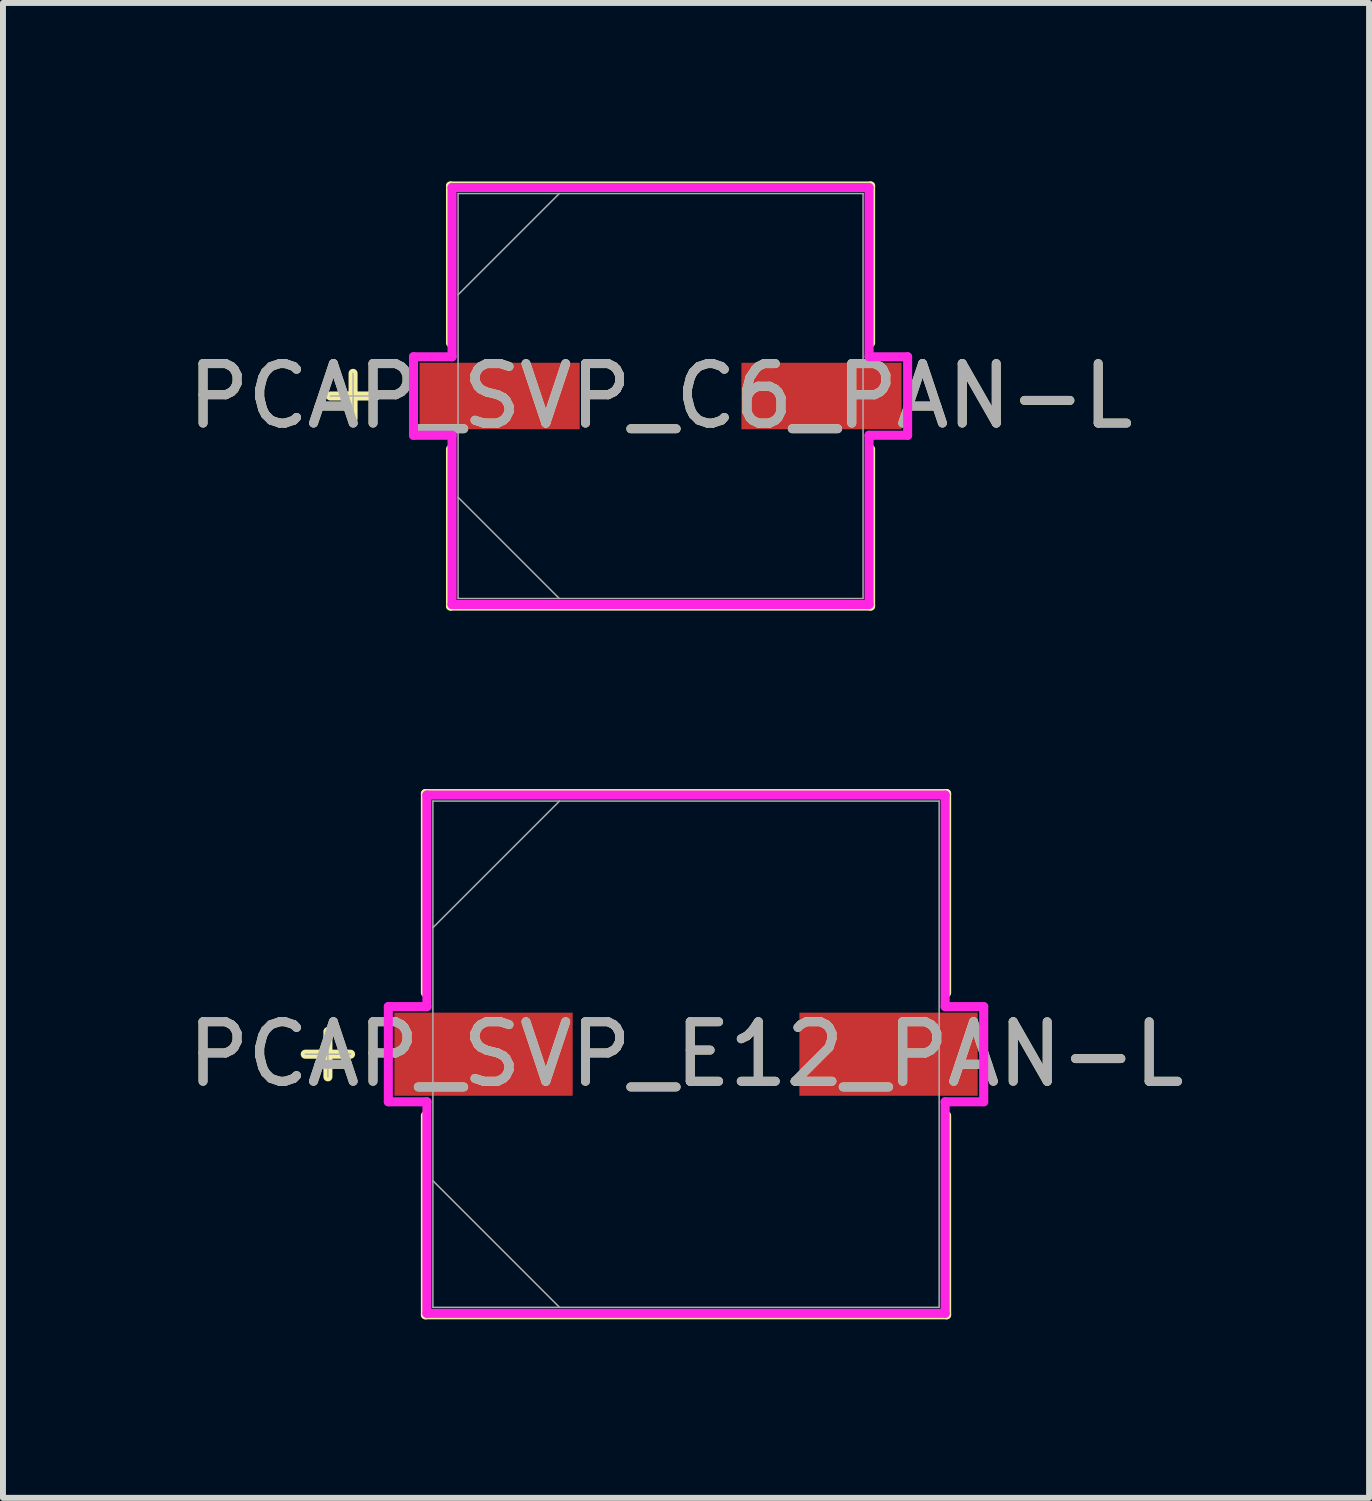
<source format=kicad_pcb>
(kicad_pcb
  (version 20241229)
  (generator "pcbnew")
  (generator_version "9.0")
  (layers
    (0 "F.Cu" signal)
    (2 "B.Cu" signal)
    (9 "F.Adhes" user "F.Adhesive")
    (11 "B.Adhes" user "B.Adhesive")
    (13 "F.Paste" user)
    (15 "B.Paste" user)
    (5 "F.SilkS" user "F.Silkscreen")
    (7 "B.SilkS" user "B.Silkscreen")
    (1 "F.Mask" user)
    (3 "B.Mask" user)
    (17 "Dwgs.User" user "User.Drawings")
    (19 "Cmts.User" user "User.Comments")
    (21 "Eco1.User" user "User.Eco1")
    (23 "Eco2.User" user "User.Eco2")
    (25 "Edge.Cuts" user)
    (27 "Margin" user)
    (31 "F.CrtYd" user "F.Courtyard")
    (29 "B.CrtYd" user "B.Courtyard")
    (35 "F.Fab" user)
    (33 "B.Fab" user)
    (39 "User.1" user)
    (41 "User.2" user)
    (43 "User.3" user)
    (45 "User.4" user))
  (footprint "PCAP_SVP_C6_PAN-L"
    (layer "F.Cu")
    (at 8.054 3.607)
    (property "Reference" "PCAP_SVP_C6_PAN-L" (at 0 0 0) (unlocked yes) (layer "F.SilkS") (effects (font (size 1 1) (thickness 0.15))))
    (attr smd)
    (fp_line (start -5.169 -0.381) (end -5.169 0.381) (stroke (width 0.152) (type solid)) (layer "F.SilkS"))
    (fp_line (start -4.788 0) (end -5.55 0) (stroke (width 0.152) (type solid)) (layer "F.SilkS"))
    (fp_line (start -3.531 -3.531) (end -3.531 -0.892) (stroke (width 0.152) (type solid)) (layer "F.SilkS"))
    (fp_line (start -3.531 0.892) (end -3.531 3.531) (stroke (width 0.152) (type solid)) (layer "F.SilkS"))
    (fp_line (start -3.531 3.531) (end 3.531 3.531) (stroke (width 0.152) (type solid)) (layer "F.SilkS"))
    (fp_line (start 3.531 -3.531) (end -3.531 -3.531) (stroke (width 0.152) (type solid)) (layer "F.SilkS"))
    (fp_line (start 3.531 -0.892) (end 3.531 -3.531) (stroke (width 0.152) (type solid)) (layer "F.SilkS"))
    (fp_line (start 3.531 3.531) (end 3.531 0.892) (stroke (width 0.152) (type solid)) (layer "F.SilkS"))
    (fp_line (start -4.153 -0.66) (end -3.505 -0.66) (stroke (width 0.152) (type solid)) (layer "F.CrtYd"))
    (fp_line (start -4.153 0.66) (end -4.153 -0.66) (stroke (width 0.152) (type solid)) (layer "F.CrtYd"))
    (fp_line (start -3.505 -3.505) (end 3.505 -3.505) (stroke (width 0.152) (type solid)) (layer "F.CrtYd"))
    (fp_line (start -3.505 -0.66) (end -3.505 -3.505) (stroke (width 0.152) (type solid)) (layer "F.CrtYd"))
    (fp_line (start -3.505 0.66) (end -4.153 0.66) (stroke (width 0.152) (type solid)) (layer "F.CrtYd"))
    (fp_line (start -3.505 3.505) (end -3.505 0.66) (stroke (width 0.152) (type solid)) (layer "F.CrtYd"))
    (fp_line (start 3.505 -3.505) (end 3.505 -0.66) (stroke (width 0.152) (type solid)) (layer "F.CrtYd"))
    (fp_line (start 3.505 -0.66) (end 4.153 -0.66) (stroke (width 0.152) (type solid)) (layer "F.CrtYd"))
    (fp_line (start 3.505 0.66) (end 3.505 3.505) (stroke (width 0.152) (type solid)) (layer "F.CrtYd"))
    (fp_line (start 3.505 3.505) (end -3.505 3.505) (stroke (width 0.152) (type solid)) (layer "F.CrtYd"))
    (fp_line (start 4.153 -0.66) (end 4.153 0.66) (stroke (width 0.152) (type solid)) (layer "F.CrtYd"))
    (fp_line (start 4.153 0.66) (end 3.505 0.66) (stroke (width 0.152) (type solid)) (layer "F.CrtYd"))
    (fp_line (start -5.169 -0.381) (end -5.169 0.381) (stroke (width 0.025) (type solid)) (layer "F.Fab"))
    (fp_line (start -4.788 0) (end -5.55 0) (stroke (width 0.025) (type solid)) (layer "F.Fab"))
    (fp_line (start -3.404 -3.404) (end -3.404 3.404) (stroke (width 0.025) (type solid)) (layer "F.Fab"))
    (fp_line (start -3.404 -1.702) (end -1.702 -3.404) (stroke (width 0.025) (type solid)) (layer "F.Fab"))
    (fp_line (start -3.404 1.702) (end -1.702 3.404) (stroke (width 0.025) (type solid)) (layer "F.Fab"))
    (fp_line (start -3.404 3.404) (end 3.404 3.404) (stroke (width 0.025) (type solid)) (layer "F.Fab"))
    (fp_line (start 3.404 -3.404) (end -3.404 -3.404) (stroke (width 0.025) (type solid)) (layer "F.Fab"))
    (fp_line (start 3.404 3.404) (end 3.404 -3.404) (stroke (width 0.025) (type solid)) (layer "F.Fab"))
    (fp_text user "${REFERENCE}" (at 0 0 0) (unlocked yes) (layer "F.Fab") (effects (font (size 1 1) (thickness 0.15))))
    (pad "1" smd rect (at -2.705 0) (size 2.692 1.118) (layers "F.Cu" "F.Mask" "F.Paste"))
    (pad "2" smd rect (at 2.705 0) (size 2.692 1.118) (layers "F.Cu" "F.Mask" "F.Paste"))
    (zone (net_name "") (layer "F.Cu") (hatch full 0.508) (connect_pads) (min_thickness 0.254) (filled_areas_thickness no) (keepout (tracks not_allowed) (vias not_allowed) (pads allowed) (copperpour not_allowed) (footprints allowed)) (placement (enabled no)) (fill) (polygon (pts (xy 4.701 0.254) (xy 11.406 0.254) (xy 11.406 2.997) (xy 4.701 2.997))))
    (zone (net_name "") (layer "F.Cu") (hatch full 0.508) (connect_pads) (min_thickness 0.254) (filled_areas_thickness no) (keepout (tracks not_allowed) (vias not_allowed) (pads allowed) (copperpour not_allowed) (footprints allowed)) (placement (enabled no)) (fill) (polygon (pts (xy 4.701 4.216) (xy 11.406 4.216) (xy 11.406 6.96) (xy 4.701 6.96))))
    (zone (net_name "") (layer "F.Cu") (hatch full 0.508) (connect_pads) (min_thickness 0.254) (filled_areas_thickness no) (keepout (tracks not_allowed) (vias not_allowed) (pads allowed) (copperpour not_allowed) (footprints allowed)) (placement (enabled no)) (fill) (polygon (pts (xy 6.745 2.997) (xy 9.362 2.997) (xy 9.362 4.216) (xy 6.745 4.216)))))
  (footprint "PCAP_SVP_E12_PAN-L"
    (layer "F.Cu")
    (at 8.482 14.671)
    (property "Reference" "PCAP_SVP_E12_PAN-L" (at 0 0 0) (unlocked yes) (layer "F.SilkS") (effects (font (size 1 1) (thickness 0.15))))
    (attr smd)
    (fp_line (start -6.02 -0.381) (end -6.02 0.381) (stroke (width 0.152) (type solid)) (layer "F.SilkS"))
    (fp_line (start -5.639 0) (end -6.401 0) (stroke (width 0.152) (type solid)) (layer "F.SilkS"))
    (fp_line (start -4.381 -4.381) (end -4.381 -1.031) (stroke (width 0.152) (type solid)) (layer "F.SilkS"))
    (fp_line (start -4.381 1.031) (end -4.381 4.381) (stroke (width 0.152) (type solid)) (layer "F.SilkS"))
    (fp_line (start -4.381 4.381) (end 4.381 4.381) (stroke (width 0.152) (type solid)) (layer "F.SilkS"))
    (fp_line (start 4.381 -4.381) (end -4.381 -4.381) (stroke (width 0.152) (type solid)) (layer "F.SilkS"))
    (fp_line (start 4.381 -1.031) (end 4.381 -4.381) (stroke (width 0.152) (type solid)) (layer "F.SilkS"))
    (fp_line (start 4.381 4.381) (end 4.381 1.031) (stroke (width 0.152) (type solid)) (layer "F.SilkS"))
    (fp_line (start -5.004 -0.8) (end -4.356 -0.8) (stroke (width 0.152) (type solid)) (layer "F.CrtYd"))
    (fp_line (start -5.004 0.8) (end -5.004 -0.8) (stroke (width 0.152) (type solid)) (layer "F.CrtYd"))
    (fp_line (start -4.356 -4.356) (end 4.356 -4.356) (stroke (width 0.152) (type solid)) (layer "F.CrtYd"))
    (fp_line (start -4.356 -0.8) (end -4.356 -4.356) (stroke (width 0.152) (type solid)) (layer "F.CrtYd"))
    (fp_line (start -4.356 0.8) (end -5.004 0.8) (stroke (width 0.152) (type solid)) (layer "F.CrtYd"))
    (fp_line (start -4.356 4.356) (end -4.356 0.8) (stroke (width 0.152) (type solid)) (layer "F.CrtYd"))
    (fp_line (start 4.356 -4.356) (end 4.356 -0.8) (stroke (width 0.152) (type solid)) (layer "F.CrtYd"))
    (fp_line (start 4.356 -0.8) (end 5.004 -0.8) (stroke (width 0.152) (type solid)) (layer "F.CrtYd"))
    (fp_line (start 4.356 0.8) (end 4.356 4.356) (stroke (width 0.152) (type solid)) (layer "F.CrtYd"))
    (fp_line (start 4.356 4.356) (end -4.356 4.356) (stroke (width 0.152) (type solid)) (layer "F.CrtYd"))
    (fp_line (start 5.004 -0.8) (end 5.004 0.8) (stroke (width 0.152) (type solid)) (layer "F.CrtYd"))
    (fp_line (start 5.004 0.8) (end 4.356 0.8) (stroke (width 0.152) (type solid)) (layer "F.CrtYd"))
    (fp_line (start -6.02 -0.381) (end -6.02 0.381) (stroke (width 0.025) (type solid)) (layer "F.Fab"))
    (fp_line (start -5.639 0) (end -6.401 0) (stroke (width 0.025) (type solid)) (layer "F.Fab"))
    (fp_line (start -4.255 -4.255) (end -4.255 4.255) (stroke (width 0.025) (type solid)) (layer "F.Fab"))
    (fp_line (start -4.255 -2.127) (end -2.127 -4.255) (stroke (width 0.025) (type solid)) (layer "F.Fab"))
    (fp_line (start -4.255 2.127) (end -2.127 4.255) (stroke (width 0.025) (type solid)) (layer "F.Fab"))
    (fp_line (start -4.255 4.255) (end 4.255 4.255) (stroke (width 0.025) (type solid)) (layer "F.Fab"))
    (fp_line (start 4.255 -4.255) (end -4.255 -4.255) (stroke (width 0.025) (type solid)) (layer "F.Fab"))
    (fp_line (start 4.255 4.255) (end 4.255 -4.255) (stroke (width 0.025) (type solid)) (layer "F.Fab"))
    (fp_text user "${REFERENCE}" (at 0 0 0) (unlocked yes) (layer "F.Fab") (effects (font (size 1 1) (thickness 0.15))))
    (pad "1" smd rect (at -3.404 0) (size 2.997 1.397) (layers "F.Cu" "F.Mask" "F.Paste"))
    (pad "2" smd rect (at 3.404 0) (size 2.997 1.397) (layers "F.Cu" "F.Mask" "F.Paste"))
    (zone (net_name "") (layer "F.Cu") (hatch full 0.508) (connect_pads) (min_thickness 0.254) (filled_areas_thickness no) (keepout (tracks not_allowed) (vias not_allowed) (pads allowed) (copperpour not_allowed) (footprints allowed)) (placement (enabled no)) (fill) (polygon (pts (xy 4.278 10.468) (xy 12.686 10.468) (xy 12.686 13.922) (xy 4.278 13.922))))
    (zone (net_name "") (layer "F.Cu") (hatch full 0.508) (connect_pads) (min_thickness 0.254) (filled_areas_thickness no) (keepout (tracks not_allowed) (vias not_allowed) (pads allowed) (copperpour not_allowed) (footprints allowed)) (placement (enabled no)) (fill) (polygon (pts (xy 4.278 15.421) (xy 12.686 15.421) (xy 12.686 18.875) (xy 4.278 18.875))))
    (zone (net_name "") (layer "F.Cu") (hatch full 0.508) (connect_pads) (min_thickness 0.254) (filled_areas_thickness no) (keepout (tracks not_allowed) (vias not_allowed) (pads allowed) (copperpour not_allowed) (footprints allowed)) (placement (enabled no)) (fill) (polygon (pts (xy 6.628 13.922) (xy 10.336 13.922) (xy 10.336 15.421) (xy 6.628 15.421)))))
  (gr_rect
    (start -3 -3)
    (end 19.964 22.129)
    (stroke (width 0.1) (type default))
    (fill no)
    (layer "Edge.Cuts")))
</source>
